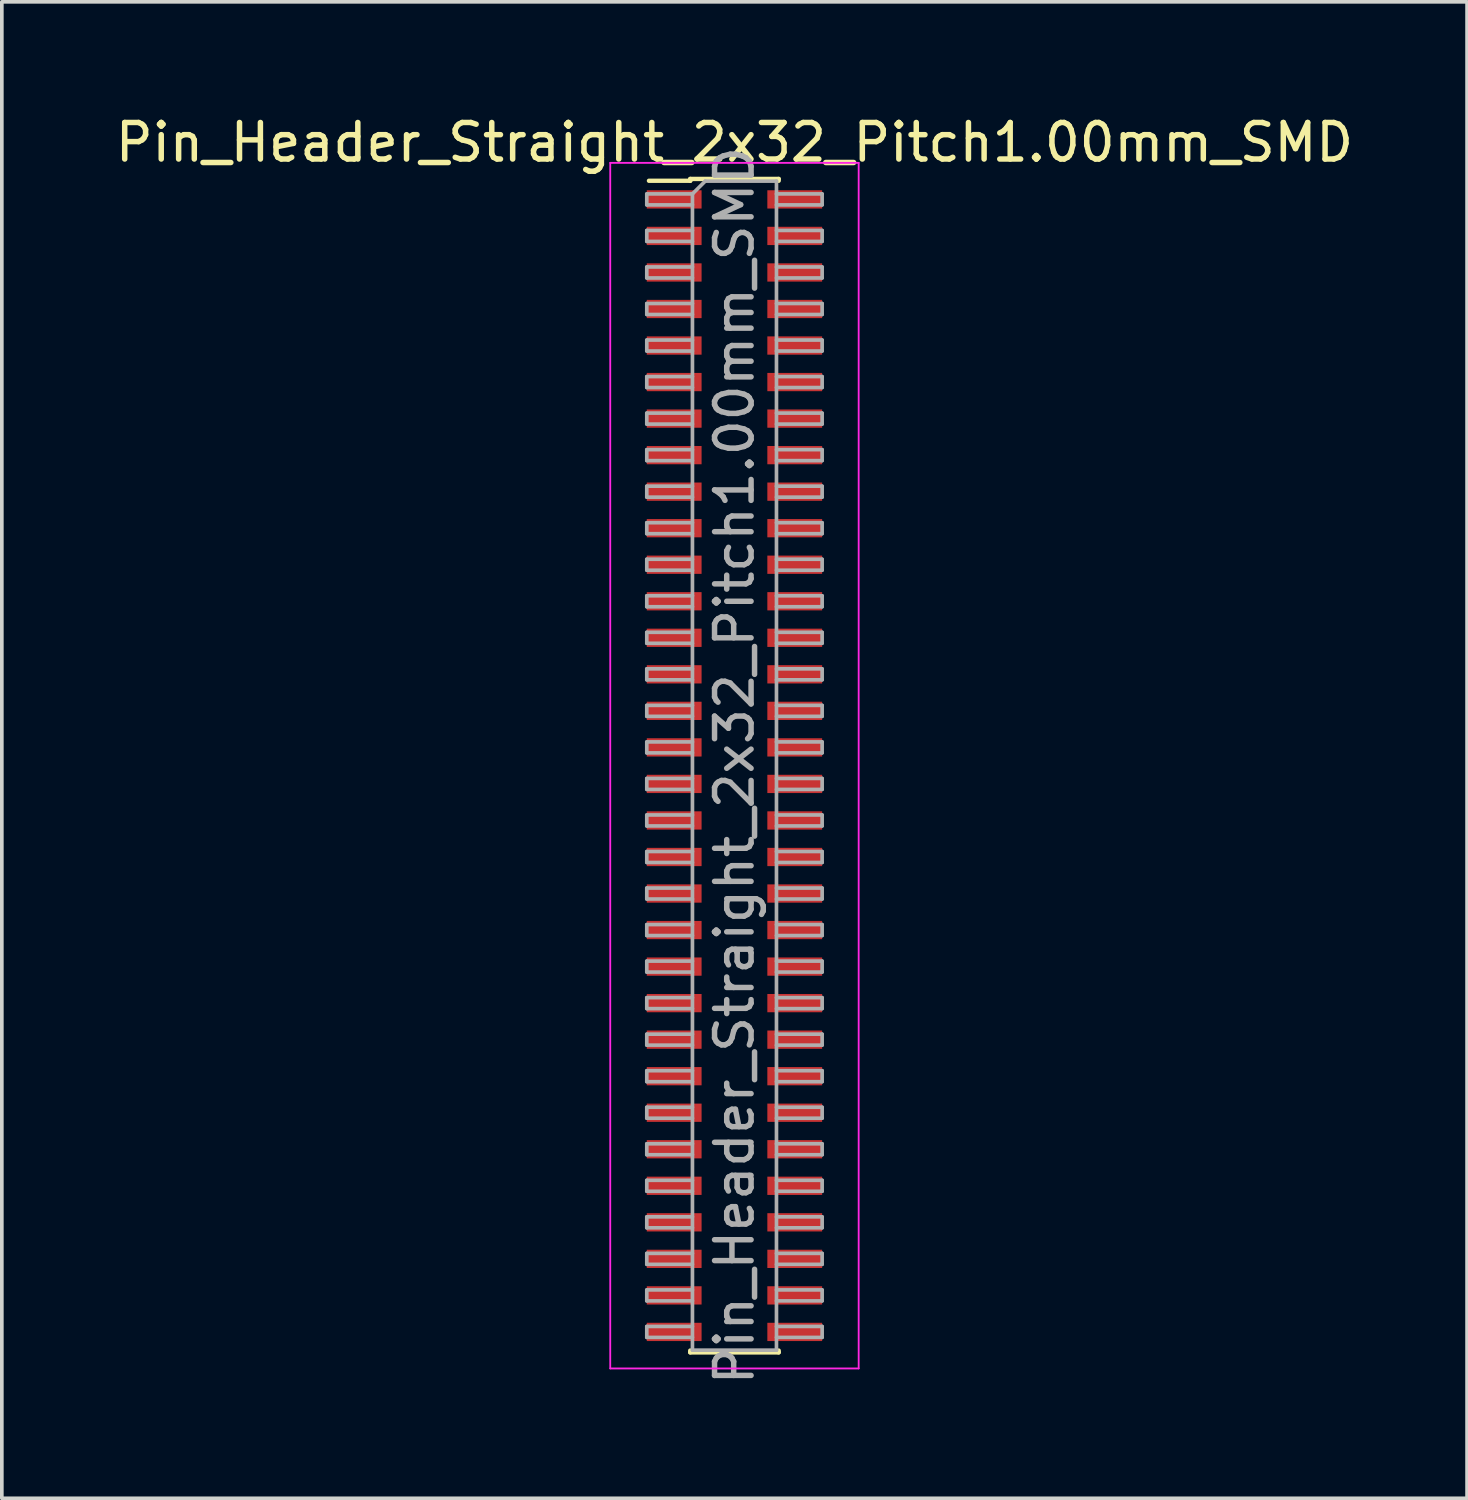
<source format=kicad_pcb>
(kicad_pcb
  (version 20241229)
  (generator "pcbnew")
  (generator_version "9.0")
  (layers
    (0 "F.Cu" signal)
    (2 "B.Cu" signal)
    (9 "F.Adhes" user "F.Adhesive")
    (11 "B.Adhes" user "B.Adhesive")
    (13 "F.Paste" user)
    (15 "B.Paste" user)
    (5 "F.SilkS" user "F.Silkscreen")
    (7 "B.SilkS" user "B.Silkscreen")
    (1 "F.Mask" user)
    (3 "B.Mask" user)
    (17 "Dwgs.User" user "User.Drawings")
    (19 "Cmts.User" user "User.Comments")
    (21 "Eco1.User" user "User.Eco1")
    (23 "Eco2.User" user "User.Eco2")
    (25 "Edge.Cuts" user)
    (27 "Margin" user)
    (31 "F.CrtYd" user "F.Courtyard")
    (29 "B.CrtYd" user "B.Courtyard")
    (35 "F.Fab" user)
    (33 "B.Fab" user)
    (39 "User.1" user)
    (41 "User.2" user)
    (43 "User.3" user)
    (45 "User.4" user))
  (footprint "Pin_Header_Straight_2x32_Pitch1.00mm_SMD"
    (layer "F.Cu")
    (at 17.054 17.908)
    (property "Reference" "Pin_Header_Straight_2x32_Pitch1.00mm_SMD" (at 0 -17.06 0) (layer "F.SilkS") (effects (font (size 1 1) (thickness 0.15))))
    (attr smd)
    (fp_line (start -2.34 -16.01) (end -1.21 -16.01) (stroke (width 0.12) (type solid)) (layer "F.SilkS"))
    (fp_line (start -1.21 -16.06) (end -1.21 -16.01) (stroke (width 0.12) (type solid)) (layer "F.SilkS"))
    (fp_line (start -1.21 -16.06) (end 1.21 -16.06) (stroke (width 0.12) (type solid)) (layer "F.SilkS"))
    (fp_line (start -1.21 16.01) (end -1.21 16.06) (stroke (width 0.12) (type solid)) (layer "F.SilkS"))
    (fp_line (start -1.21 16.06) (end 1.21 16.06) (stroke (width 0.12) (type solid)) (layer "F.SilkS"))
    (fp_line (start 1.21 -16.06) (end 1.21 -16.01) (stroke (width 0.12) (type solid)) (layer "F.SilkS"))
    (fp_line (start 1.21 16.01) (end 1.21 16.06) (stroke (width 0.12) (type solid)) (layer "F.SilkS"))
    (fp_line (start -3.4 -16.5) (end -3.4 16.5) (stroke (width 0.05) (type solid)) (layer "F.CrtYd"))
    (fp_line (start -3.4 16.5) (end 3.4 16.5) (stroke (width 0.05) (type solid)) (layer "F.CrtYd"))
    (fp_line (start 3.4 -16.5) (end -3.4 -16.5) (stroke (width 0.05) (type solid)) (layer "F.CrtYd"))
    (fp_line (start 3.4 16.5) (end 3.4 -16.5) (stroke (width 0.05) (type solid)) (layer "F.CrtYd"))
    (fp_line (start -2.4 -15.65) (end -2.4 -15.35) (stroke (width 0.1) (type solid)) (layer "F.Fab"))
    (fp_line (start -2.4 -15.35) (end -1.15 -15.35) (stroke (width 0.1) (type solid)) (layer "F.Fab"))
    (fp_line (start -2.4 -14.65) (end -2.4 -14.35) (stroke (width 0.1) (type solid)) (layer "F.Fab"))
    (fp_line (start -2.4 -14.35) (end -1.15 -14.35) (stroke (width 0.1) (type solid)) (layer "F.Fab"))
    (fp_line (start -2.4 -13.65) (end -2.4 -13.35) (stroke (width 0.1) (type solid)) (layer "F.Fab"))
    (fp_line (start -2.4 -13.35) (end -1.15 -13.35) (stroke (width 0.1) (type solid)) (layer "F.Fab"))
    (fp_line (start -2.4 -12.65) (end -2.4 -12.35) (stroke (width 0.1) (type solid)) (layer "F.Fab"))
    (fp_line (start -2.4 -12.35) (end -1.15 -12.35) (stroke (width 0.1) (type solid)) (layer "F.Fab"))
    (fp_line (start -2.4 -11.65) (end -2.4 -11.35) (stroke (width 0.1) (type solid)) (layer "F.Fab"))
    (fp_line (start -2.4 -11.35) (end -1.15 -11.35) (stroke (width 0.1) (type solid)) (layer "F.Fab"))
    (fp_line (start -2.4 -10.65) (end -2.4 -10.35) (stroke (width 0.1) (type solid)) (layer "F.Fab"))
    (fp_line (start -2.4 -10.35) (end -1.15 -10.35) (stroke (width 0.1) (type solid)) (layer "F.Fab"))
    (fp_line (start -2.4 -9.65) (end -2.4 -9.35) (stroke (width 0.1) (type solid)) (layer "F.Fab"))
    (fp_line (start -2.4 -9.35) (end -1.15 -9.35) (stroke (width 0.1) (type solid)) (layer "F.Fab"))
    (fp_line (start -2.4 -8.65) (end -2.4 -8.35) (stroke (width 0.1) (type solid)) (layer "F.Fab"))
    (fp_line (start -2.4 -8.35) (end -1.15 -8.35) (stroke (width 0.1) (type solid)) (layer "F.Fab"))
    (fp_line (start -2.4 -7.65) (end -2.4 -7.35) (stroke (width 0.1) (type solid)) (layer "F.Fab"))
    (fp_line (start -2.4 -7.35) (end -1.15 -7.35) (stroke (width 0.1) (type solid)) (layer "F.Fab"))
    (fp_line (start -2.4 -6.65) (end -2.4 -6.35) (stroke (width 0.1) (type solid)) (layer "F.Fab"))
    (fp_line (start -2.4 -6.35) (end -1.15 -6.35) (stroke (width 0.1) (type solid)) (layer "F.Fab"))
    (fp_line (start -2.4 -5.65) (end -2.4 -5.35) (stroke (width 0.1) (type solid)) (layer "F.Fab"))
    (fp_line (start -2.4 -5.35) (end -1.15 -5.35) (stroke (width 0.1) (type solid)) (layer "F.Fab"))
    (fp_line (start -2.4 -4.65) (end -2.4 -4.35) (stroke (width 0.1) (type solid)) (layer "F.Fab"))
    (fp_line (start -2.4 -4.35) (end -1.15 -4.35) (stroke (width 0.1) (type solid)) (layer "F.Fab"))
    (fp_line (start -2.4 -3.65) (end -2.4 -3.35) (stroke (width 0.1) (type solid)) (layer "F.Fab"))
    (fp_line (start -2.4 -3.35) (end -1.15 -3.35) (stroke (width 0.1) (type solid)) (layer "F.Fab"))
    (fp_line (start -2.4 -2.65) (end -2.4 -2.35) (stroke (width 0.1) (type solid)) (layer "F.Fab"))
    (fp_line (start -2.4 -2.35) (end -1.15 -2.35) (stroke (width 0.1) (type solid)) (layer "F.Fab"))
    (fp_line (start -2.4 -1.65) (end -2.4 -1.35) (stroke (width 0.1) (type solid)) (layer "F.Fab"))
    (fp_line (start -2.4 -1.35) (end -1.15 -1.35) (stroke (width 0.1) (type solid)) (layer "F.Fab"))
    (fp_line (start -2.4 -0.65) (end -2.4 -0.35) (stroke (width 0.1) (type solid)) (layer "F.Fab"))
    (fp_line (start -2.4 -0.35) (end -1.15 -0.35) (stroke (width 0.1) (type solid)) (layer "F.Fab"))
    (fp_line (start -2.4 0.35) (end -2.4 0.65) (stroke (width 0.1) (type solid)) (layer "F.Fab"))
    (fp_line (start -2.4 0.65) (end -1.15 0.65) (stroke (width 0.1) (type solid)) (layer "F.Fab"))
    (fp_line (start -2.4 1.35) (end -2.4 1.65) (stroke (width 0.1) (type solid)) (layer "F.Fab"))
    (fp_line (start -2.4 1.65) (end -1.15 1.65) (stroke (width 0.1) (type solid)) (layer "F.Fab"))
    (fp_line (start -2.4 2.35) (end -2.4 2.65) (stroke (width 0.1) (type solid)) (layer "F.Fab"))
    (fp_line (start -2.4 2.65) (end -1.15 2.65) (stroke (width 0.1) (type solid)) (layer "F.Fab"))
    (fp_line (start -2.4 3.35) (end -2.4 3.65) (stroke (width 0.1) (type solid)) (layer "F.Fab"))
    (fp_line (start -2.4 3.65) (end -1.15 3.65) (stroke (width 0.1) (type solid)) (layer "F.Fab"))
    (fp_line (start -2.4 4.35) (end -2.4 4.65) (stroke (width 0.1) (type solid)) (layer "F.Fab"))
    (fp_line (start -2.4 4.65) (end -1.15 4.65) (stroke (width 0.1) (type solid)) (layer "F.Fab"))
    (fp_line (start -2.4 5.35) (end -2.4 5.65) (stroke (width 0.1) (type solid)) (layer "F.Fab"))
    (fp_line (start -2.4 5.65) (end -1.15 5.65) (stroke (width 0.1) (type solid)) (layer "F.Fab"))
    (fp_line (start -2.4 6.35) (end -2.4 6.65) (stroke (width 0.1) (type solid)) (layer "F.Fab"))
    (fp_line (start -2.4 6.65) (end -1.15 6.65) (stroke (width 0.1) (type solid)) (layer "F.Fab"))
    (fp_line (start -2.4 7.35) (end -2.4 7.65) (stroke (width 0.1) (type solid)) (layer "F.Fab"))
    (fp_line (start -2.4 7.65) (end -1.15 7.65) (stroke (width 0.1) (type solid)) (layer "F.Fab"))
    (fp_line (start -2.4 8.35) (end -2.4 8.65) (stroke (width 0.1) (type solid)) (layer "F.Fab"))
    (fp_line (start -2.4 8.65) (end -1.15 8.65) (stroke (width 0.1) (type solid)) (layer "F.Fab"))
    (fp_line (start -2.4 9.35) (end -2.4 9.65) (stroke (width 0.1) (type solid)) (layer "F.Fab"))
    (fp_line (start -2.4 9.65) (end -1.15 9.65) (stroke (width 0.1) (type solid)) (layer "F.Fab"))
    (fp_line (start -2.4 10.35) (end -2.4 10.65) (stroke (width 0.1) (type solid)) (layer "F.Fab"))
    (fp_line (start -2.4 10.65) (end -1.15 10.65) (stroke (width 0.1) (type solid)) (layer "F.Fab"))
    (fp_line (start -2.4 11.35) (end -2.4 11.65) (stroke (width 0.1) (type solid)) (layer "F.Fab"))
    (fp_line (start -2.4 11.65) (end -1.15 11.65) (stroke (width 0.1) (type solid)) (layer "F.Fab"))
    (fp_line (start -2.4 12.35) (end -2.4 12.65) (stroke (width 0.1) (type solid)) (layer "F.Fab"))
    (fp_line (start -2.4 12.65) (end -1.15 12.65) (stroke (width 0.1) (type solid)) (layer "F.Fab"))
    (fp_line (start -2.4 13.35) (end -2.4 13.65) (stroke (width 0.1) (type solid)) (layer "F.Fab"))
    (fp_line (start -2.4 13.65) (end -1.15 13.65) (stroke (width 0.1) (type solid)) (layer "F.Fab"))
    (fp_line (start -2.4 14.35) (end -2.4 14.65) (stroke (width 0.1) (type solid)) (layer "F.Fab"))
    (fp_line (start -2.4 14.65) (end -1.15 14.65) (stroke (width 0.1) (type solid)) (layer "F.Fab"))
    (fp_line (start -2.4 15.35) (end -2.4 15.65) (stroke (width 0.1) (type solid)) (layer "F.Fab"))
    (fp_line (start -2.4 15.65) (end -1.15 15.65) (stroke (width 0.1) (type solid)) (layer "F.Fab"))
    (fp_line (start -1.15 -15.65) (end -2.4 -15.65) (stroke (width 0.1) (type solid)) (layer "F.Fab"))
    (fp_line (start -1.15 -15.65) (end -0.8 -16) (stroke (width 0.1) (type solid)) (layer "F.Fab"))
    (fp_line (start -1.15 -14.65) (end -2.4 -14.65) (stroke (width 0.1) (type solid)) (layer "F.Fab"))
    (fp_line (start -1.15 -13.65) (end -2.4 -13.65) (stroke (width 0.1) (type solid)) (layer "F.Fab"))
    (fp_line (start -1.15 -12.65) (end -2.4 -12.65) (stroke (width 0.1) (type solid)) (layer "F.Fab"))
    (fp_line (start -1.15 -11.65) (end -2.4 -11.65) (stroke (width 0.1) (type solid)) (layer "F.Fab"))
    (fp_line (start -1.15 -10.65) (end -2.4 -10.65) (stroke (width 0.1) (type solid)) (layer "F.Fab"))
    (fp_line (start -1.15 -9.65) (end -2.4 -9.65) (stroke (width 0.1) (type solid)) (layer "F.Fab"))
    (fp_line (start -1.15 -8.65) (end -2.4 -8.65) (stroke (width 0.1) (type solid)) (layer "F.Fab"))
    (fp_line (start -1.15 -7.65) (end -2.4 -7.65) (stroke (width 0.1) (type solid)) (layer "F.Fab"))
    (fp_line (start -1.15 -6.65) (end -2.4 -6.65) (stroke (width 0.1) (type solid)) (layer "F.Fab"))
    (fp_line (start -1.15 -5.65) (end -2.4 -5.65) (stroke (width 0.1) (type solid)) (layer "F.Fab"))
    (fp_line (start -1.15 -4.65) (end -2.4 -4.65) (stroke (width 0.1) (type solid)) (layer "F.Fab"))
    (fp_line (start -1.15 -3.65) (end -2.4 -3.65) (stroke (width 0.1) (type solid)) (layer "F.Fab"))
    (fp_line (start -1.15 -2.65) (end -2.4 -2.65) (stroke (width 0.1) (type solid)) (layer "F.Fab"))
    (fp_line (start -1.15 -1.65) (end -2.4 -1.65) (stroke (width 0.1) (type solid)) (layer "F.Fab"))
    (fp_line (start -1.15 -0.65) (end -2.4 -0.65) (stroke (width 0.1) (type solid)) (layer "F.Fab"))
    (fp_line (start -1.15 0.35) (end -2.4 0.35) (stroke (width 0.1) (type solid)) (layer "F.Fab"))
    (fp_line (start -1.15 1.35) (end -2.4 1.35) (stroke (width 0.1) (type solid)) (layer "F.Fab"))
    (fp_line (start -1.15 2.35) (end -2.4 2.35) (stroke (width 0.1) (type solid)) (layer "F.Fab"))
    (fp_line (start -1.15 3.35) (end -2.4 3.35) (stroke (width 0.1) (type solid)) (layer "F.Fab"))
    (fp_line (start -1.15 4.35) (end -2.4 4.35) (stroke (width 0.1) (type solid)) (layer "F.Fab"))
    (fp_line (start -1.15 5.35) (end -2.4 5.35) (stroke (width 0.1) (type solid)) (layer "F.Fab"))
    (fp_line (start -1.15 6.35) (end -2.4 6.35) (stroke (width 0.1) (type solid)) (layer "F.Fab"))
    (fp_line (start -1.15 7.35) (end -2.4 7.35) (stroke (width 0.1) (type solid)) (layer "F.Fab"))
    (fp_line (start -1.15 8.35) (end -2.4 8.35) (stroke (width 0.1) (type solid)) (layer "F.Fab"))
    (fp_line (start -1.15 9.35) (end -2.4 9.35) (stroke (width 0.1) (type solid)) (layer "F.Fab"))
    (fp_line (start -1.15 10.35) (end -2.4 10.35) (stroke (width 0.1) (type solid)) (layer "F.Fab"))
    (fp_line (start -1.15 11.35) (end -2.4 11.35) (stroke (width 0.1) (type solid)) (layer "F.Fab"))
    (fp_line (start -1.15 12.35) (end -2.4 12.35) (stroke (width 0.1) (type solid)) (layer "F.Fab"))
    (fp_line (start -1.15 13.35) (end -2.4 13.35) (stroke (width 0.1) (type solid)) (layer "F.Fab"))
    (fp_line (start -1.15 14.35) (end -2.4 14.35) (stroke (width 0.1) (type solid)) (layer "F.Fab"))
    (fp_line (start -1.15 15.35) (end -2.4 15.35) (stroke (width 0.1) (type solid)) (layer "F.Fab"))
    (fp_line (start -1.15 16) (end -1.15 -15.65) (stroke (width 0.1) (type solid)) (layer "F.Fab"))
    (fp_line (start -0.8 -16) (end 1.15 -16) (stroke (width 0.1) (type solid)) (layer "F.Fab"))
    (fp_line (start 1.15 -16) (end 1.15 16) (stroke (width 0.1) (type solid)) (layer "F.Fab"))
    (fp_line (start 1.15 -15.65) (end 2.4 -15.65) (stroke (width 0.1) (type solid)) (layer "F.Fab"))
    (fp_line (start 1.15 -14.65) (end 2.4 -14.65) (stroke (width 0.1) (type solid)) (layer "F.Fab"))
    (fp_line (start 1.15 -13.65) (end 2.4 -13.65) (stroke (width 0.1) (type solid)) (layer "F.Fab"))
    (fp_line (start 1.15 -12.65) (end 2.4 -12.65) (stroke (width 0.1) (type solid)) (layer "F.Fab"))
    (fp_line (start 1.15 -11.65) (end 2.4 -11.65) (stroke (width 0.1) (type solid)) (layer "F.Fab"))
    (fp_line (start 1.15 -10.65) (end 2.4 -10.65) (stroke (width 0.1) (type solid)) (layer "F.Fab"))
    (fp_line (start 1.15 -9.65) (end 2.4 -9.65) (stroke (width 0.1) (type solid)) (layer "F.Fab"))
    (fp_line (start 1.15 -8.65) (end 2.4 -8.65) (stroke (width 0.1) (type solid)) (layer "F.Fab"))
    (fp_line (start 1.15 -7.65) (end 2.4 -7.65) (stroke (width 0.1) (type solid)) (layer "F.Fab"))
    (fp_line (start 1.15 -6.65) (end 2.4 -6.65) (stroke (width 0.1) (type solid)) (layer "F.Fab"))
    (fp_line (start 1.15 -5.65) (end 2.4 -5.65) (stroke (width 0.1) (type solid)) (layer "F.Fab"))
    (fp_line (start 1.15 -4.65) (end 2.4 -4.65) (stroke (width 0.1) (type solid)) (layer "F.Fab"))
    (fp_line (start 1.15 -3.65) (end 2.4 -3.65) (stroke (width 0.1) (type solid)) (layer "F.Fab"))
    (fp_line (start 1.15 -2.65) (end 2.4 -2.65) (stroke (width 0.1) (type solid)) (layer "F.Fab"))
    (fp_line (start 1.15 -1.65) (end 2.4 -1.65) (stroke (width 0.1) (type solid)) (layer "F.Fab"))
    (fp_line (start 1.15 -0.65) (end 2.4 -0.65) (stroke (width 0.1) (type solid)) (layer "F.Fab"))
    (fp_line (start 1.15 0.35) (end 2.4 0.35) (stroke (width 0.1) (type solid)) (layer "F.Fab"))
    (fp_line (start 1.15 1.35) (end 2.4 1.35) (stroke (width 0.1) (type solid)) (layer "F.Fab"))
    (fp_line (start 1.15 2.35) (end 2.4 2.35) (stroke (width 0.1) (type solid)) (layer "F.Fab"))
    (fp_line (start 1.15 3.35) (end 2.4 3.35) (stroke (width 0.1) (type solid)) (layer "F.Fab"))
    (fp_line (start 1.15 4.35) (end 2.4 4.35) (stroke (width 0.1) (type solid)) (layer "F.Fab"))
    (fp_line (start 1.15 5.35) (end 2.4 5.35) (stroke (width 0.1) (type solid)) (layer "F.Fab"))
    (fp_line (start 1.15 6.35) (end 2.4 6.35) (stroke (width 0.1) (type solid)) (layer "F.Fab"))
    (fp_line (start 1.15 7.35) (end 2.4 7.35) (stroke (width 0.1) (type solid)) (layer "F.Fab"))
    (fp_line (start 1.15 8.35) (end 2.4 8.35) (stroke (width 0.1) (type solid)) (layer "F.Fab"))
    (fp_line (start 1.15 9.35) (end 2.4 9.35) (stroke (width 0.1) (type solid)) (layer "F.Fab"))
    (fp_line (start 1.15 10.35) (end 2.4 10.35) (stroke (width 0.1) (type solid)) (layer "F.Fab"))
    (fp_line (start 1.15 11.35) (end 2.4 11.35) (stroke (width 0.1) (type solid)) (layer "F.Fab"))
    (fp_line (start 1.15 12.35) (end 2.4 12.35) (stroke (width 0.1) (type solid)) (layer "F.Fab"))
    (fp_line (start 1.15 13.35) (end 2.4 13.35) (stroke (width 0.1) (type solid)) (layer "F.Fab"))
    (fp_line (start 1.15 14.35) (end 2.4 14.35) (stroke (width 0.1) (type solid)) (layer "F.Fab"))
    (fp_line (start 1.15 15.35) (end 2.4 15.35) (stroke (width 0.1) (type solid)) (layer "F.Fab"))
    (fp_line (start 1.15 16) (end -1.15 16) (stroke (width 0.1) (type solid)) (layer "F.Fab"))
    (fp_line (start 2.4 -15.65) (end 2.4 -15.35) (stroke (width 0.1) (type solid)) (layer "F.Fab"))
    (fp_line (start 2.4 -15.35) (end 1.15 -15.35) (stroke (width 0.1) (type solid)) (layer "F.Fab"))
    (fp_line (start 2.4 -14.65) (end 2.4 -14.35) (stroke (width 0.1) (type solid)) (layer "F.Fab"))
    (fp_line (start 2.4 -14.35) (end 1.15 -14.35) (stroke (width 0.1) (type solid)) (layer "F.Fab"))
    (fp_line (start 2.4 -13.65) (end 2.4 -13.35) (stroke (width 0.1) (type solid)) (layer "F.Fab"))
    (fp_line (start 2.4 -13.35) (end 1.15 -13.35) (stroke (width 0.1) (type solid)) (layer "F.Fab"))
    (fp_line (start 2.4 -12.65) (end 2.4 -12.35) (stroke (width 0.1) (type solid)) (layer "F.Fab"))
    (fp_line (start 2.4 -12.35) (end 1.15 -12.35) (stroke (width 0.1) (type solid)) (layer "F.Fab"))
    (fp_line (start 2.4 -11.65) (end 2.4 -11.35) (stroke (width 0.1) (type solid)) (layer "F.Fab"))
    (fp_line (start 2.4 -11.35) (end 1.15 -11.35) (stroke (width 0.1) (type solid)) (layer "F.Fab"))
    (fp_line (start 2.4 -10.65) (end 2.4 -10.35) (stroke (width 0.1) (type solid)) (layer "F.Fab"))
    (fp_line (start 2.4 -10.35) (end 1.15 -10.35) (stroke (width 0.1) (type solid)) (layer "F.Fab"))
    (fp_line (start 2.4 -9.65) (end 2.4 -9.35) (stroke (width 0.1) (type solid)) (layer "F.Fab"))
    (fp_line (start 2.4 -9.35) (end 1.15 -9.35) (stroke (width 0.1) (type solid)) (layer "F.Fab"))
    (fp_line (start 2.4 -8.65) (end 2.4 -8.35) (stroke (width 0.1) (type solid)) (layer "F.Fab"))
    (fp_line (start 2.4 -8.35) (end 1.15 -8.35) (stroke (width 0.1) (type solid)) (layer "F.Fab"))
    (fp_line (start 2.4 -7.65) (end 2.4 -7.35) (stroke (width 0.1) (type solid)) (layer "F.Fab"))
    (fp_line (start 2.4 -7.35) (end 1.15 -7.35) (stroke (width 0.1) (type solid)) (layer "F.Fab"))
    (fp_line (start 2.4 -6.65) (end 2.4 -6.35) (stroke (width 0.1) (type solid)) (layer "F.Fab"))
    (fp_line (start 2.4 -6.35) (end 1.15 -6.35) (stroke (width 0.1) (type solid)) (layer "F.Fab"))
    (fp_line (start 2.4 -5.65) (end 2.4 -5.35) (stroke (width 0.1) (type solid)) (layer "F.Fab"))
    (fp_line (start 2.4 -5.35) (end 1.15 -5.35) (stroke (width 0.1) (type solid)) (layer "F.Fab"))
    (fp_line (start 2.4 -4.65) (end 2.4 -4.35) (stroke (width 0.1) (type solid)) (layer "F.Fab"))
    (fp_line (start 2.4 -4.35) (end 1.15 -4.35) (stroke (width 0.1) (type solid)) (layer "F.Fab"))
    (fp_line (start 2.4 -3.65) (end 2.4 -3.35) (stroke (width 0.1) (type solid)) (layer "F.Fab"))
    (fp_line (start 2.4 -3.35) (end 1.15 -3.35) (stroke (width 0.1) (type solid)) (layer "F.Fab"))
    (fp_line (start 2.4 -2.65) (end 2.4 -2.35) (stroke (width 0.1) (type solid)) (layer "F.Fab"))
    (fp_line (start 2.4 -2.35) (end 1.15 -2.35) (stroke (width 0.1) (type solid)) (layer "F.Fab"))
    (fp_line (start 2.4 -1.65) (end 2.4 -1.35) (stroke (width 0.1) (type solid)) (layer "F.Fab"))
    (fp_line (start 2.4 -1.35) (end 1.15 -1.35) (stroke (width 0.1) (type solid)) (layer "F.Fab"))
    (fp_line (start 2.4 -0.65) (end 2.4 -0.35) (stroke (width 0.1) (type solid)) (layer "F.Fab"))
    (fp_line (start 2.4 -0.35) (end 1.15 -0.35) (stroke (width 0.1) (type solid)) (layer "F.Fab"))
    (fp_line (start 2.4 0.35) (end 2.4 0.65) (stroke (width 0.1) (type solid)) (layer "F.Fab"))
    (fp_line (start 2.4 0.65) (end 1.15 0.65) (stroke (width 0.1) (type solid)) (layer "F.Fab"))
    (fp_line (start 2.4 1.35) (end 2.4 1.65) (stroke (width 0.1) (type solid)) (layer "F.Fab"))
    (fp_line (start 2.4 1.65) (end 1.15 1.65) (stroke (width 0.1) (type solid)) (layer "F.Fab"))
    (fp_line (start 2.4 2.35) (end 2.4 2.65) (stroke (width 0.1) (type solid)) (layer "F.Fab"))
    (fp_line (start 2.4 2.65) (end 1.15 2.65) (stroke (width 0.1) (type solid)) (layer "F.Fab"))
    (fp_line (start 2.4 3.35) (end 2.4 3.65) (stroke (width 0.1) (type solid)) (layer "F.Fab"))
    (fp_line (start 2.4 3.65) (end 1.15 3.65) (stroke (width 0.1) (type solid)) (layer "F.Fab"))
    (fp_line (start 2.4 4.35) (end 2.4 4.65) (stroke (width 0.1) (type solid)) (layer "F.Fab"))
    (fp_line (start 2.4 4.65) (end 1.15 4.65) (stroke (width 0.1) (type solid)) (layer "F.Fab"))
    (fp_line (start 2.4 5.35) (end 2.4 5.65) (stroke (width 0.1) (type solid)) (layer "F.Fab"))
    (fp_line (start 2.4 5.65) (end 1.15 5.65) (stroke (width 0.1) (type solid)) (layer "F.Fab"))
    (fp_line (start 2.4 6.35) (end 2.4 6.65) (stroke (width 0.1) (type solid)) (layer "F.Fab"))
    (fp_line (start 2.4 6.65) (end 1.15 6.65) (stroke (width 0.1) (type solid)) (layer "F.Fab"))
    (fp_line (start 2.4 7.35) (end 2.4 7.65) (stroke (width 0.1) (type solid)) (layer "F.Fab"))
    (fp_line (start 2.4 7.65) (end 1.15 7.65) (stroke (width 0.1) (type solid)) (layer "F.Fab"))
    (fp_line (start 2.4 8.35) (end 2.4 8.65) (stroke (width 0.1) (type solid)) (layer "F.Fab"))
    (fp_line (start 2.4 8.65) (end 1.15 8.65) (stroke (width 0.1) (type solid)) (layer "F.Fab"))
    (fp_line (start 2.4 9.35) (end 2.4 9.65) (stroke (width 0.1) (type solid)) (layer "F.Fab"))
    (fp_line (start 2.4 9.65) (end 1.15 9.65) (stroke (width 0.1) (type solid)) (layer "F.Fab"))
    (fp_line (start 2.4 10.35) (end 2.4 10.65) (stroke (width 0.1) (type solid)) (layer "F.Fab"))
    (fp_line (start 2.4 10.65) (end 1.15 10.65) (stroke (width 0.1) (type solid)) (layer "F.Fab"))
    (fp_line (start 2.4 11.35) (end 2.4 11.65) (stroke (width 0.1) (type solid)) (layer "F.Fab"))
    (fp_line (start 2.4 11.65) (end 1.15 11.65) (stroke (width 0.1) (type solid)) (layer "F.Fab"))
    (fp_line (start 2.4 12.35) (end 2.4 12.65) (stroke (width 0.1) (type solid)) (layer "F.Fab"))
    (fp_line (start 2.4 12.65) (end 1.15 12.65) (stroke (width 0.1) (type solid)) (layer "F.Fab"))
    (fp_line (start 2.4 13.35) (end 2.4 13.65) (stroke (width 0.1) (type solid)) (layer "F.Fab"))
    (fp_line (start 2.4 13.65) (end 1.15 13.65) (stroke (width 0.1) (type solid)) (layer "F.Fab"))
    (fp_line (start 2.4 14.35) (end 2.4 14.65) (stroke (width 0.1) (type solid)) (layer "F.Fab"))
    (fp_line (start 2.4 14.65) (end 1.15 14.65) (stroke (width 0.1) (type solid)) (layer "F.Fab"))
    (fp_line (start 2.4 15.35) (end 2.4 15.65) (stroke (width 0.1) (type solid)) (layer "F.Fab"))
    (fp_line (start 2.4 15.65) (end 1.15 15.65) (stroke (width 0.1) (type solid)) (layer "F.Fab"))
    (fp_text user "${REFERENCE}" (at 0 0 90) (layer "F.Fab") (effects (font (size 1 1) (thickness 0.15))))
    (pad "1" smd rect (at -1.65 -15.5) (size 1.5 0.5) (layers "F.Cu" "F.Mask" "F.Paste"))
    (pad "2" smd rect (at 1.65 -15.5) (size 1.5 0.5) (layers "F.Cu" "F.Mask" "F.Paste"))
    (pad "3" smd rect (at -1.65 -14.5) (size 1.5 0.5) (layers "F.Cu" "F.Mask" "F.Paste"))
    (pad "4" smd rect (at 1.65 -14.5) (size 1.5 0.5) (layers "F.Cu" "F.Mask" "F.Paste"))
    (pad "5" smd rect (at -1.65 -13.5) (size 1.5 0.5) (layers "F.Cu" "F.Mask" "F.Paste"))
    (pad "6" smd rect (at 1.65 -13.5) (size 1.5 0.5) (layers "F.Cu" "F.Mask" "F.Paste"))
    (pad "7" smd rect (at -1.65 -12.5) (size 1.5 0.5) (layers "F.Cu" "F.Mask" "F.Paste"))
    (pad "8" smd rect (at 1.65 -12.5) (size 1.5 0.5) (layers "F.Cu" "F.Mask" "F.Paste"))
    (pad "9" smd rect (at -1.65 -11.5) (size 1.5 0.5) (layers "F.Cu" "F.Mask" "F.Paste"))
    (pad "10" smd rect (at 1.65 -11.5) (size 1.5 0.5) (layers "F.Cu" "F.Mask" "F.Paste"))
    (pad "11" smd rect (at -1.65 -10.5) (size 1.5 0.5) (layers "F.Cu" "F.Mask" "F.Paste"))
    (pad "12" smd rect (at 1.65 -10.5) (size 1.5 0.5) (layers "F.Cu" "F.Mask" "F.Paste"))
    (pad "13" smd rect (at -1.65 -9.5) (size 1.5 0.5) (layers "F.Cu" "F.Mask" "F.Paste"))
    (pad "14" smd rect (at 1.65 -9.5) (size 1.5 0.5) (layers "F.Cu" "F.Mask" "F.Paste"))
    (pad "15" smd rect (at -1.65 -8.5) (size 1.5 0.5) (layers "F.Cu" "F.Mask" "F.Paste"))
    (pad "16" smd rect (at 1.65 -8.5) (size 1.5 0.5) (layers "F.Cu" "F.Mask" "F.Paste"))
    (pad "17" smd rect (at -1.65 -7.5) (size 1.5 0.5) (layers "F.Cu" "F.Mask" "F.Paste"))
    (pad "18" smd rect (at 1.65 -7.5) (size 1.5 0.5) (layers "F.Cu" "F.Mask" "F.Paste"))
    (pad "19" smd rect (at -1.65 -6.5) (size 1.5 0.5) (layers "F.Cu" "F.Mask" "F.Paste"))
    (pad "20" smd rect (at 1.65 -6.5) (size 1.5 0.5) (layers "F.Cu" "F.Mask" "F.Paste"))
    (pad "21" smd rect (at -1.65 -5.5) (size 1.5 0.5) (layers "F.Cu" "F.Mask" "F.Paste"))
    (pad "22" smd rect (at 1.65 -5.5) (size 1.5 0.5) (layers "F.Cu" "F.Mask" "F.Paste"))
    (pad "23" smd rect (at -1.65 -4.5) (size 1.5 0.5) (layers "F.Cu" "F.Mask" "F.Paste"))
    (pad "24" smd rect (at 1.65 -4.5) (size 1.5 0.5) (layers "F.Cu" "F.Mask" "F.Paste"))
    (pad "25" smd rect (at -1.65 -3.5) (size 1.5 0.5) (layers "F.Cu" "F.Mask" "F.Paste"))
    (pad "26" smd rect (at 1.65 -3.5) (size 1.5 0.5) (layers "F.Cu" "F.Mask" "F.Paste"))
    (pad "27" smd rect (at -1.65 -2.5) (size 1.5 0.5) (layers "F.Cu" "F.Mask" "F.Paste"))
    (pad "28" smd rect (at 1.65 -2.5) (size 1.5 0.5) (layers "F.Cu" "F.Mask" "F.Paste"))
    (pad "29" smd rect (at -1.65 -1.5) (size 1.5 0.5) (layers "F.Cu" "F.Mask" "F.Paste"))
    (pad "30" smd rect (at 1.65 -1.5) (size 1.5 0.5) (layers "F.Cu" "F.Mask" "F.Paste"))
    (pad "31" smd rect (at -1.65 -0.5) (size 1.5 0.5) (layers "F.Cu" "F.Mask" "F.Paste"))
    (pad "32" smd rect (at 1.65 -0.5) (size 1.5 0.5) (layers "F.Cu" "F.Mask" "F.Paste"))
    (pad "33" smd rect (at -1.65 0.5) (size 1.5 0.5) (layers "F.Cu" "F.Mask" "F.Paste"))
    (pad "34" smd rect (at 1.65 0.5) (size 1.5 0.5) (layers "F.Cu" "F.Mask" "F.Paste"))
    (pad "35" smd rect (at -1.65 1.5) (size 1.5 0.5) (layers "F.Cu" "F.Mask" "F.Paste"))
    (pad "36" smd rect (at 1.65 1.5) (size 1.5 0.5) (layers "F.Cu" "F.Mask" "F.Paste"))
    (pad "37" smd rect (at -1.65 2.5) (size 1.5 0.5) (layers "F.Cu" "F.Mask" "F.Paste"))
    (pad "38" smd rect (at 1.65 2.5) (size 1.5 0.5) (layers "F.Cu" "F.Mask" "F.Paste"))
    (pad "39" smd rect (at -1.65 3.5) (size 1.5 0.5) (layers "F.Cu" "F.Mask" "F.Paste"))
    (pad "40" smd rect (at 1.65 3.5) (size 1.5 0.5) (layers "F.Cu" "F.Mask" "F.Paste"))
    (pad "41" smd rect (at -1.65 4.5) (size 1.5 0.5) (layers "F.Cu" "F.Mask" "F.Paste"))
    (pad "42" smd rect (at 1.65 4.5) (size 1.5 0.5) (layers "F.Cu" "F.Mask" "F.Paste"))
    (pad "43" smd rect (at -1.65 5.5) (size 1.5 0.5) (layers "F.Cu" "F.Mask" "F.Paste"))
    (pad "44" smd rect (at 1.65 5.5) (size 1.5 0.5) (layers "F.Cu" "F.Mask" "F.Paste"))
    (pad "45" smd rect (at -1.65 6.5) (size 1.5 0.5) (layers "F.Cu" "F.Mask" "F.Paste"))
    (pad "46" smd rect (at 1.65 6.5) (size 1.5 0.5) (layers "F.Cu" "F.Mask" "F.Paste"))
    (pad "47" smd rect (at -1.65 7.5) (size 1.5 0.5) (layers "F.Cu" "F.Mask" "F.Paste"))
    (pad "48" smd rect (at 1.65 7.5) (size 1.5 0.5) (layers "F.Cu" "F.Mask" "F.Paste"))
    (pad "49" smd rect (at -1.65 8.5) (size 1.5 0.5) (layers "F.Cu" "F.Mask" "F.Paste"))
    (pad "50" smd rect (at 1.65 8.5) (size 1.5 0.5) (layers "F.Cu" "F.Mask" "F.Paste"))
    (pad "51" smd rect (at -1.65 9.5) (size 1.5 0.5) (layers "F.Cu" "F.Mask" "F.Paste"))
    (pad "52" smd rect (at 1.65 9.5) (size 1.5 0.5) (layers "F.Cu" "F.Mask" "F.Paste"))
    (pad "53" smd rect (at -1.65 10.5) (size 1.5 0.5) (layers "F.Cu" "F.Mask" "F.Paste"))
    (pad "54" smd rect (at 1.65 10.5) (size 1.5 0.5) (layers "F.Cu" "F.Mask" "F.Paste"))
    (pad "55" smd rect (at -1.65 11.5) (size 1.5 0.5) (layers "F.Cu" "F.Mask" "F.Paste"))
    (pad "56" smd rect (at 1.65 11.5) (size 1.5 0.5) (layers "F.Cu" "F.Mask" "F.Paste"))
    (pad "57" smd rect (at -1.65 12.5) (size 1.5 0.5) (layers "F.Cu" "F.Mask" "F.Paste"))
    (pad "58" smd rect (at 1.65 12.5) (size 1.5 0.5) (layers "F.Cu" "F.Mask" "F.Paste"))
    (pad "59" smd rect (at -1.65 13.5) (size 1.5 0.5) (layers "F.Cu" "F.Mask" "F.Paste"))
    (pad "60" smd rect (at 1.65 13.5) (size 1.5 0.5) (layers "F.Cu" "F.Mask" "F.Paste"))
    (pad "61" smd rect (at -1.65 14.5) (size 1.5 0.5) (layers "F.Cu" "F.Mask" "F.Paste"))
    (pad "62" smd rect (at 1.65 14.5) (size 1.5 0.5) (layers "F.Cu" "F.Mask" "F.Paste"))
    (pad "63" smd rect (at -1.65 15.5) (size 1.5 0.5) (layers "F.Cu" "F.Mask" "F.Paste"))
    (pad "64" smd rect (at 1.65 15.5) (size 1.5 0.5) (layers "F.Cu" "F.Mask" "F.Paste")))
  (gr_rect
    (start -3 -3)
    (end 37.107 37.962)
    (stroke (width 0.1) (type default))
    (fill no)
    (layer "Edge.Cuts")))
</source>
